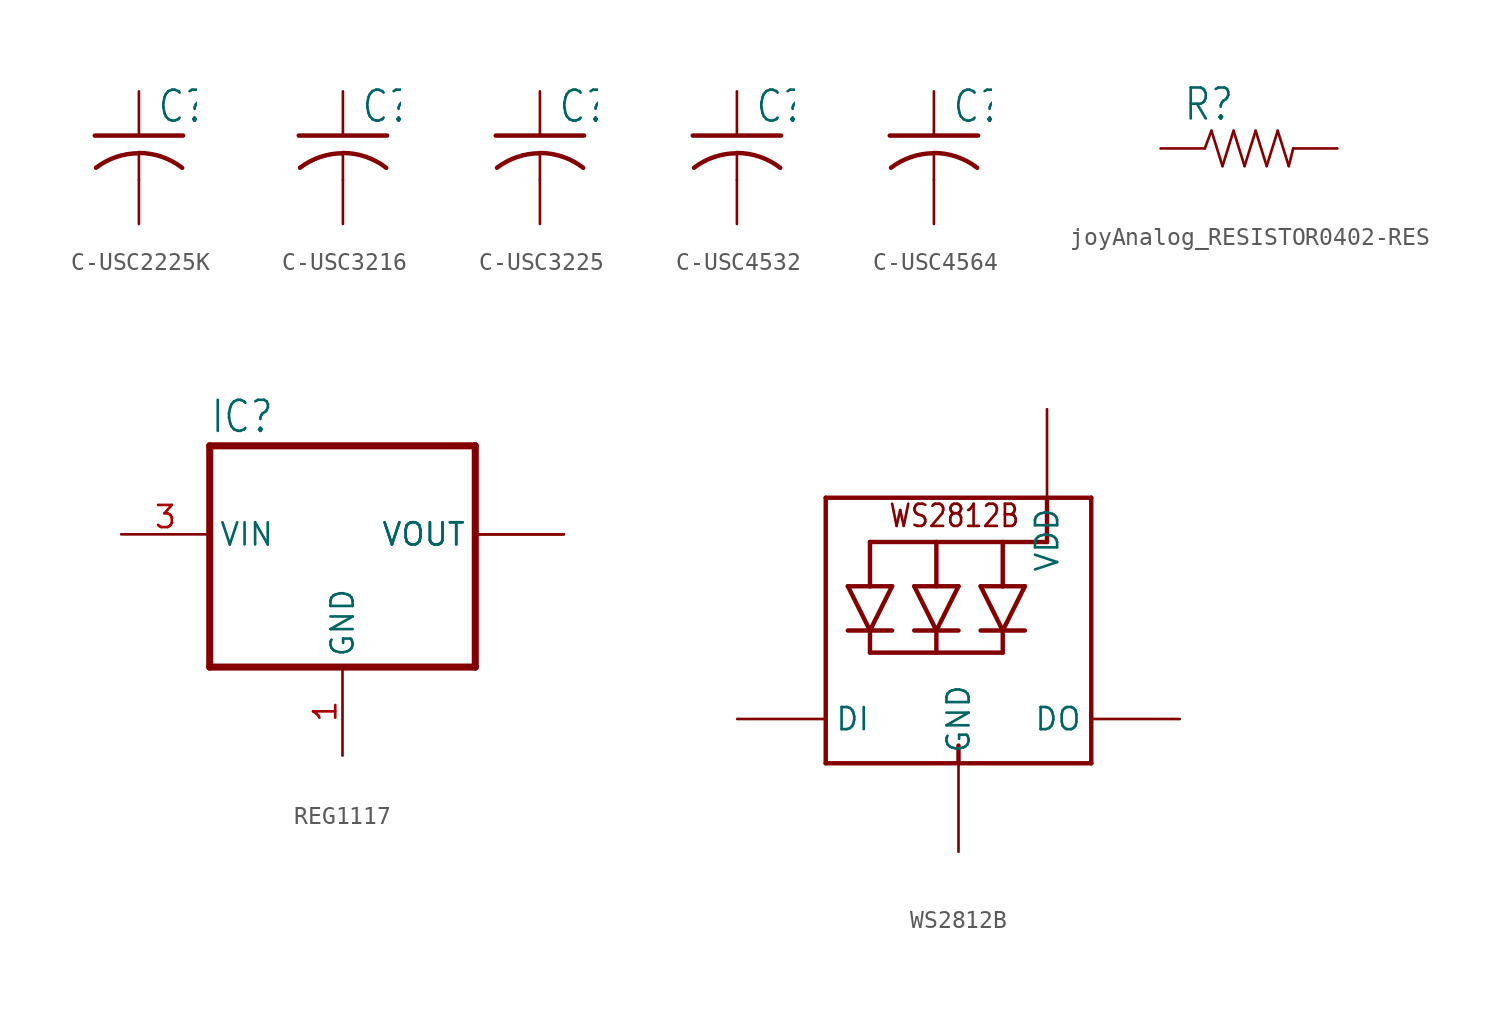
<source format=kicad_sym>
(kicad_symbol_lib
  (version 20231120)
  (generator "kicad_symbol_editor")
  (generator_version "8.0")
  (symbol "C-USC2225K"
    (property "Reference" "C"
      (at 1.016 0.635 0)
      (effects (font (size 1.778 1.511)) (justify left bottom)))
    (property "Value" ""
      (at 1.016 -4.191 0)
      (effects (font (size 1.778 1.511)) (justify left bottom)))
    (property "ki_locked" ""
      (at 0 0 0)
      (effects (font (size 1.27 1.27))))
    (symbol "C-USC2225K_1_0"
      (arc (start 0 -1.0161) (mid -1.302 -1.2303) (end -2.4668 -1.8504) (stroke (width 0.254) (type solid)) (fill (type none)))
      (polyline (pts (xy -2.54 0) (xy 2.54 0)) (stroke (width 0.254) (type solid)) (fill (type none)))
      (polyline (pts (xy 0 -1.016) (xy 0 -2.54)) (stroke (width 0.152) (type solid)) (fill (type none)))
      (polyline (pts (xy 0 -1.016) (xy 0 -1.016)) (stroke (width 0.152) (type solid)) (fill (type none)))
      (arc (start 2.4892 -1.8541) (mid 1.3158 -1.2194) (end 0 -1) (stroke (width 0.254) (type solid)) (fill (type none)))
      (pin passive line (at 0 2.54 270) (length 2.54) (name "1" (effects (font (size 0 0)))) (number "1" (effects (font (size 0 0)))))
      (pin passive line (at 0 -5.08 90) (length 2.54) (name "2" (effects (font (size 0 0)))) (number "2" (effects (font (size 0 0)))))))
  (symbol "C-USC3216"
    (property "Reference" "C"
      (at 1.016 0.635 0)
      (effects (font (size 1.778 1.511)) (justify left bottom)))
    (property "Value" ""
      (at 1.016 -4.191 0)
      (effects (font (size 1.778 1.511)) (justify left bottom)))
    (property "ki_locked" ""
      (at 0 0 0)
      (effects (font (size 1.27 1.27))))
    (symbol "C-USC3216_1_0"
      (arc (start 0 -1.0161) (mid -1.302 -1.2303) (end -2.4668 -1.8504) (stroke (width 0.254) (type solid)) (fill (type none)))
      (polyline (pts (xy -2.54 0) (xy 2.54 0)) (stroke (width 0.254) (type solid)) (fill (type none)))
      (polyline (pts (xy 0 -1.016) (xy 0 -2.54)) (stroke (width 0.152) (type solid)) (fill (type none)))
      (polyline (pts (xy 0 -1.016) (xy 0 -1.016)) (stroke (width 0.152) (type solid)) (fill (type none)))
      (arc (start 2.4892 -1.8541) (mid 1.3158 -1.2194) (end 0 -1) (stroke (width 0.254) (type solid)) (fill (type none)))
      (pin passive line (at 0 2.54 270) (length 2.54) (name "1" (effects (font (size 0 0)))) (number "1" (effects (font (size 0 0)))))
      (pin passive line (at 0 -5.08 90) (length 2.54) (name "2" (effects (font (size 0 0)))) (number "2" (effects (font (size 0 0)))))))
  (symbol "C-USC3225"
    (property "Reference" "C"
      (at 1.016 0.635 0)
      (effects (font (size 1.778 1.511)) (justify left bottom)))
    (property "Value" ""
      (at 1.016 -4.191 0)
      (effects (font (size 1.778 1.511)) (justify left bottom)))
    (property "ki_locked" ""
      (at 0 0 0)
      (effects (font (size 1.27 1.27))))
    (symbol "C-USC3225_1_0"
      (arc (start 0 -1.0161) (mid -1.302 -1.2303) (end -2.4668 -1.8504) (stroke (width 0.254) (type solid)) (fill (type none)))
      (polyline (pts (xy -2.54 0) (xy 2.54 0)) (stroke (width 0.254) (type solid)) (fill (type none)))
      (polyline (pts (xy 0 -1.016) (xy 0 -2.54)) (stroke (width 0.152) (type solid)) (fill (type none)))
      (polyline (pts (xy 0 -1.016) (xy 0 -1.016)) (stroke (width 0.152) (type solid)) (fill (type none)))
      (arc (start 2.4892 -1.8541) (mid 1.3158 -1.2194) (end 0 -1) (stroke (width 0.254) (type solid)) (fill (type none)))
      (pin passive line (at 0 2.54 270) (length 2.54) (name "1" (effects (font (size 0 0)))) (number "1" (effects (font (size 0 0)))))
      (pin passive line (at 0 -5.08 90) (length 2.54) (name "2" (effects (font (size 0 0)))) (number "2" (effects (font (size 0 0)))))))
  (symbol "C-USC4532"
    (property "Reference" "C"
      (at 1.016 0.635 0)
      (effects (font (size 1.778 1.511)) (justify left bottom)))
    (property "Value" ""
      (at 1.016 -4.191 0)
      (effects (font (size 1.778 1.511)) (justify left bottom)))
    (property "ki_locked" ""
      (at 0 0 0)
      (effects (font (size 1.27 1.27))))
    (symbol "C-USC4532_1_0"
      (arc (start 0 -1.0161) (mid -1.302 -1.2303) (end -2.4668 -1.8504) (stroke (width 0.254) (type solid)) (fill (type none)))
      (polyline (pts (xy -2.54 0) (xy 2.54 0)) (stroke (width 0.254) (type solid)) (fill (type none)))
      (polyline (pts (xy 0 -1.016) (xy 0 -2.54)) (stroke (width 0.152) (type solid)) (fill (type none)))
      (polyline (pts (xy 0 -1.016) (xy 0 -1.016)) (stroke (width 0.152) (type solid)) (fill (type none)))
      (arc (start 2.4892 -1.8541) (mid 1.3158 -1.2194) (end 0 -1) (stroke (width 0.254) (type solid)) (fill (type none)))
      (pin passive line (at 0 2.54 270) (length 2.54) (name "1" (effects (font (size 0 0)))) (number "1" (effects (font (size 0 0)))))
      (pin passive line (at 0 -5.08 90) (length 2.54) (name "2" (effects (font (size 0 0)))) (number "2" (effects (font (size 0 0)))))))
  (symbol "C-USC4564"
    (property "Reference" "C"
      (at 1.016 0.635 0)
      (effects (font (size 1.778 1.511)) (justify left bottom)))
    (property "Value" ""
      (at 1.016 -4.191 0)
      (effects (font (size 1.778 1.511)) (justify left bottom)))
    (property "ki_locked" ""
      (at 0 0 0)
      (effects (font (size 1.27 1.27))))
    (symbol "C-USC4564_1_0"
      (arc (start 0 -1.0161) (mid -1.302 -1.2303) (end -2.4668 -1.8504) (stroke (width 0.254) (type solid)) (fill (type none)))
      (polyline (pts (xy -2.54 0) (xy 2.54 0)) (stroke (width 0.254) (type solid)) (fill (type none)))
      (polyline (pts (xy 0 -1.016) (xy 0 -2.54)) (stroke (width 0.152) (type solid)) (fill (type none)))
      (polyline (pts (xy 0 -1.016) (xy 0 -1.016)) (stroke (width 0.152) (type solid)) (fill (type none)))
      (arc (start 2.4892 -1.8541) (mid 1.3158 -1.2194) (end 0 -1) (stroke (width 0.254) (type solid)) (fill (type none)))
      (pin passive line (at 0 2.54 270) (length 2.54) (name "1" (effects (font (size 0 0)))) (number "1" (effects (font (size 0 0)))))
      (pin passive line (at 0 -5.08 90) (length 2.54) (name "2" (effects (font (size 0 0)))) (number "2" (effects (font (size 0 0)))))))
  (symbol "joyAnalog_RESISTOR0402-RES"
    (property "Reference" "R"
      (at -3.81 1.499 0)
      (effects (font (size 1.778 1.511)) (justify left bottom)))
    (property "Value" ""
      (at -3.81 -3.302 0)
      (effects (font (size 1.778 1.511)) (justify left bottom)))
    (property "ki_locked" ""
      (at 0 0 0)
      (effects (font (size 1.27 1.27))))
    (symbol "joyAnalog_RESISTOR0402-RES_1_0"
      (polyline (pts (xy -2.54 0) (xy -2.159 1.016)) (stroke (width 0.152) (type solid)) (fill (type none)))
      (polyline (pts (xy -2.159 1.016) (xy -1.524 -1.016)) (stroke (width 0.152) (type solid)) (fill (type none)))
      (polyline (pts (xy -1.524 -1.016) (xy -0.889 1.016)) (stroke (width 0.152) (type solid)) (fill (type none)))
      (polyline (pts (xy -0.889 1.016) (xy -0.254 -1.016)) (stroke (width 0.152) (type solid)) (fill (type none)))
      (polyline (pts (xy -0.254 -1.016) (xy 0.381 1.016)) (stroke (width 0.152) (type solid)) (fill (type none)))
      (polyline (pts (xy 0.381 1.016) (xy 1.016 -1.016)) (stroke (width 0.152) (type solid)) (fill (type none)))
      (polyline (pts (xy 1.016 -1.016) (xy 1.651 1.016)) (stroke (width 0.152) (type solid)) (fill (type none)))
      (polyline (pts (xy 1.651 1.016) (xy 2.286 -1.016)) (stroke (width 0.152) (type solid)) (fill (type none)))
      (polyline (pts (xy 2.286 -1.016) (xy 2.54 0)) (stroke (width 0.152) (type solid)) (fill (type none)))
      (pin passive line (at -5.08 0 0) (length 2.54) (name "1" (effects (font (size 0 0)))) (number "1" (effects (font (size 0 0)))))
      (pin passive line (at 5.08 0 180) (length 2.54) (name "2" (effects (font (size 0 0)))) (number "2" (effects (font (size 0 0)))))))
  (symbol "REG1117"
    (property "Reference" "IC"
      (at -7.62 5.715 0)
      (effects (font (size 1.778 1.511)) (justify left bottom)))
    (property "Value" ""
      (at -5.08 2.54 0)
      (effects (font (size 1.778 1.511)) (justify left bottom)))
    (property "ki_locked" ""
      (at 0 0 0)
      (effects (font (size 1.27 1.27))))
    (symbol "REG1117_1_0"
      (polyline (pts (xy -7.62 -7.62) (xy 7.62 -7.62)) (stroke (width 0.406) (type solid)) (fill (type none)))
      (polyline (pts (xy -7.62 5.08) (xy -7.62 -7.62)) (stroke (width 0.406) (type solid)) (fill (type none)))
      (polyline (pts (xy 7.62 -7.62) (xy 7.62 5.08)) (stroke (width 0.406) (type solid)) (fill (type none)))
      (polyline (pts (xy 7.62 5.08) (xy -7.62 5.08)) (stroke (width 0.406) (type solid)) (fill (type none)))
      (pin power_in line (at 0 -12.7 90) (length 5.08) (name "GND" (effects (font (size 1.27 1.27)))) (number "1" (effects (font (size 1.27 1.27)))))
      (pin output line (at 12.7 0 180) (length 5.08) (name "VOUT" (effects (font (size 1.27 1.27)))) (number "2" (effects (font (size 0 0)))))
      (pin input line (at -12.7 0 0) (length 5.08) (name "VIN" (effects (font (size 1.27 1.27)))) (number "3" (effects (font (size 1.27 1.27)))))
      (pin output line (at 12.7 0 180) (length 5.08) (name "VOUT" (effects (font (size 1.27 1.27)))) (number "4" (effects (font (size 0 0)))))))
  (symbol "WS2812B"
    (property "Reference" "LED"
      (at 0 0 0)
      (effects (font (size 1.27 1.27)) (hide yes)))
    (property "ki_locked" ""
      (at 0 0 0)
      (effects (font (size 1.27 1.27))))
    (symbol "WS2812B_1_0"
      (polyline (pts (xy -7.62 -5.08) (xy 0 -5.08)) (stroke (width 0.254) (type solid)) (fill (type none)))
      (polyline (pts (xy -7.62 10.16) (xy -7.62 -5.08)) (stroke (width 0.254) (type solid)) (fill (type none)))
      (polyline (pts (xy -6.35 2.54) (xy -5.08 2.54)) (stroke (width 0.254) (type solid)) (fill (type none)))
      (polyline (pts (xy -6.35 5.08) (xy -5.08 5.08)) (stroke (width 0.254) (type solid)) (fill (type none)))
      (polyline (pts (xy -5.08 2.54) (xy -6.35 5.08)) (stroke (width 0.254) (type solid)) (fill (type none)))
      (polyline (pts (xy -5.08 2.54) (xy -5.08 1.27)) (stroke (width 0.254) (type solid)) (fill (type none)))
      (polyline (pts (xy -5.08 2.54) (xy -3.81 5.08)) (stroke (width 0.254) (type solid)) (fill (type none)))
      (polyline (pts (xy -5.08 5.08) (xy -3.81 5.08)) (stroke (width 0.254) (type solid)) (fill (type none)))
      (polyline (pts (xy -5.08 7.62) (xy -5.08 5.08)) (stroke (width 0.254) (type solid)) (fill (type none)))
      (polyline (pts (xy -3.81 2.54) (xy -5.08 2.54)) (stroke (width 0.254) (type solid)) (fill (type none)))
      (polyline (pts (xy -2.54 2.54) (xy -1.27 2.54)) (stroke (width 0.254) (type solid)) (fill (type none)))
      (polyline (pts (xy -2.54 5.08) (xy 0 5.08)) (stroke (width 0.254) (type solid)) (fill (type none)))
      (polyline (pts (xy -1.27 1.27) (xy -5.08 1.27)) (stroke (width 0.254) (type solid)) (fill (type none)))
      (polyline (pts (xy -1.27 2.54) (xy -2.54 5.08)) (stroke (width 0.254) (type solid)) (fill (type none)))
      (polyline (pts (xy -1.27 2.54) (xy -1.27 1.27)) (stroke (width 0.254) (type solid)) (fill (type none)))
      (polyline (pts (xy -1.27 2.54) (xy 0 2.54)) (stroke (width 0.254) (type solid)) (fill (type none)))
      (polyline (pts (xy -1.27 5.08) (xy -1.27 7.62)) (stroke (width 0.254) (type solid)) (fill (type none)))
      (polyline (pts (xy -1.27 7.62) (xy -5.08 7.62)) (stroke (width 0.254) (type solid)) (fill (type none)))
      (polyline (pts (xy 0 -5.08) (xy 7.62 -5.08)) (stroke (width 0.254) (type solid)) (fill (type none)))
      (polyline (pts (xy 0 -4.064) (xy 0 -5.08)) (stroke (width 0.254) (type solid)) (fill (type none)))
      (polyline (pts (xy 0 5.08) (xy -1.27 2.54)) (stroke (width 0.254) (type solid)) (fill (type none)))
      (polyline (pts (xy 1.27 5.08) (xy 2.54 2.54)) (stroke (width 0.254) (type solid)) (fill (type none)))
      (polyline (pts (xy 1.27 5.08) (xy 2.54 5.08)) (stroke (width 0.254) (type solid)) (fill (type none)))
      (polyline (pts (xy 2.54 1.27) (xy -1.27 1.27)) (stroke (width 0.254) (type solid)) (fill (type none)))
      (polyline (pts (xy 2.54 2.54) (xy 1.27 2.54)) (stroke (width 0.254) (type solid)) (fill (type none)))
      (polyline (pts (xy 2.54 2.54) (xy 2.54 1.27)) (stroke (width 0.254) (type solid)) (fill (type none)))
      (polyline (pts (xy 2.54 2.54) (xy 3.81 2.54)) (stroke (width 0.254) (type solid)) (fill (type none)))
      (polyline (pts (xy 2.54 2.54) (xy 3.81 5.08)) (stroke (width 0.254) (type solid)) (fill (type none)))
      (polyline (pts (xy 2.54 5.08) (xy 2.54 7.62)) (stroke (width 0.254) (type solid)) (fill (type none)))
      (polyline (pts (xy 2.54 7.62) (xy -1.27 7.62)) (stroke (width 0.254) (type solid)) (fill (type none)))
      (polyline (pts (xy 2.54 7.62) (xy 5.08 7.62)) (stroke (width 0.254) (type solid)) (fill (type none)))
      (polyline (pts (xy 3.81 5.08) (xy 2.54 5.08)) (stroke (width 0.254) (type solid)) (fill (type none)))
      (polyline (pts (xy 5.08 10.16) (xy -7.62 10.16)) (stroke (width 0.254) (type solid)) (fill (type none)))
      (polyline (pts (xy 5.08 10.16) (xy 5.08 7.62)) (stroke (width 0.254) (type solid)) (fill (type none)))
      (polyline (pts (xy 7.62 -5.08) (xy 7.62 10.16)) (stroke (width 0.254) (type solid)) (fill (type none)))
      (polyline (pts (xy 7.62 10.16) (xy 5.08 10.16)) (stroke (width 0.254) (type solid)) (fill (type none)))
      (text "WS2812B" (at -4.064 8.382 0) (effects (font (size 1.27 1.079)) (justify left bottom)))
      (pin input line (at -12.7 -2.54 0) (length 5.08) (name "DI" (effects (font (size 1.27 1.27)))) (number "DIN" (effects (font (size 0 0)))))
      (pin output line (at 12.7 -2.54 180) (length 5.08) (name "DO" (effects (font (size 1.27 1.27)))) (number "DOUT" (effects (font (size 0 0)))))
      (pin power_in line (at 0 -10.16 90) (length 5.08) (name "GND" (effects (font (size 1.27 1.27)))) (number "GND" (effects (font (size 0 0)))))
      (pin power_in line (at 5.08 15.24 270) (length 5.08) (name "VDD" (effects (font (size 1.27 1.27)))) (number "VDD" (effects (font (size 0 0))))))))
</source>
